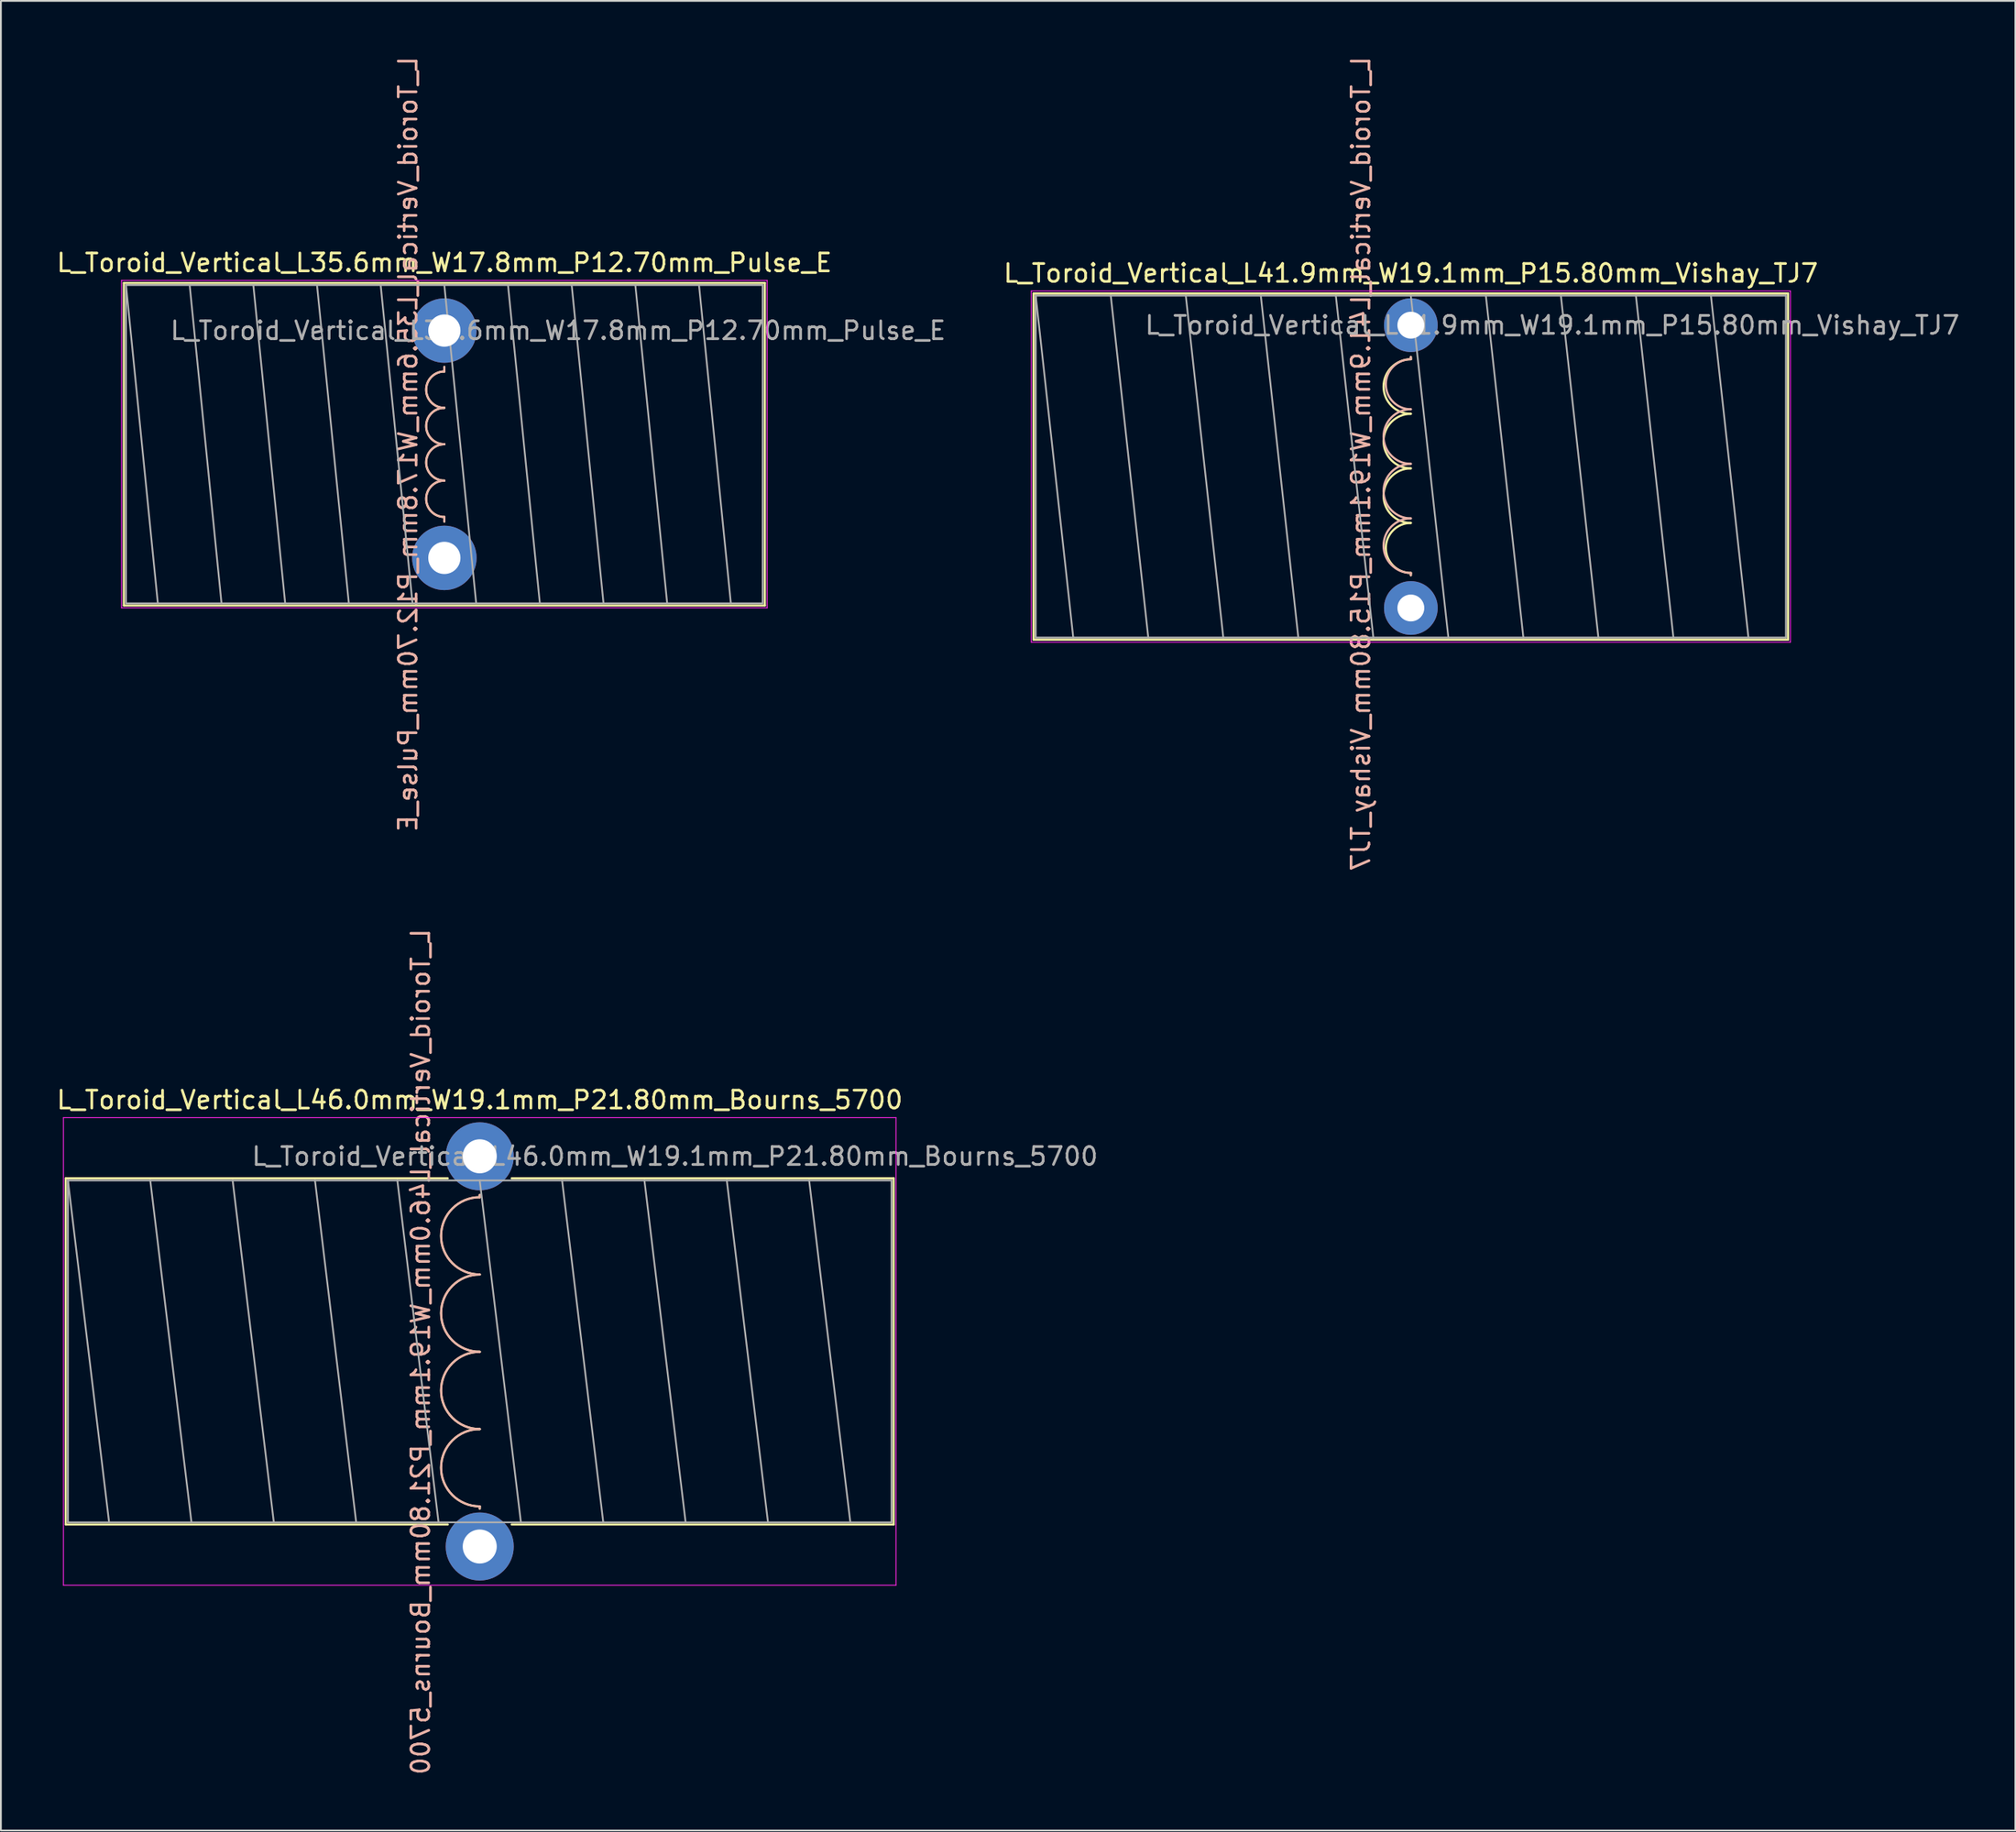
<source format=kicad_pcb>
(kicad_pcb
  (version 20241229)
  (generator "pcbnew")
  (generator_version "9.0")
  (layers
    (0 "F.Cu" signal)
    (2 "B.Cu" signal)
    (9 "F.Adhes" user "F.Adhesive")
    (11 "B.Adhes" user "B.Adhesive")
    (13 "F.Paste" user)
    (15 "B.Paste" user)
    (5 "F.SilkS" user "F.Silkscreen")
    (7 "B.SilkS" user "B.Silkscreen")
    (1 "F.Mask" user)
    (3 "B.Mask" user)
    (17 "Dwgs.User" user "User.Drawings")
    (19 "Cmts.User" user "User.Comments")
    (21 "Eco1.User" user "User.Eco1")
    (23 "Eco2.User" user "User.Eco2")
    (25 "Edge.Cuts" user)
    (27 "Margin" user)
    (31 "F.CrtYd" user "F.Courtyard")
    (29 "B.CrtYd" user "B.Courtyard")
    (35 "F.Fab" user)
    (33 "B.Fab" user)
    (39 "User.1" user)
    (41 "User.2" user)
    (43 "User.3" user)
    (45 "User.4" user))
  (footprint "L_Toroid_Vertical_L35.6mm_W17.8mm_P12.70mm_Pulse_E"
    (layer "F.Cu")
    (at 21.768 15.418)
    (property "Reference" "L_Toroid_Vertical_L35.6mm_W17.8mm_P12.70mm_Pulse_E" (at 0 -3.79 0) (layer "F.SilkS") (effects (font (size 1 1) (thickness 0.15))))
    (fp_line (start -17.9 -2.66) (end -17.9 15.36) (stroke (width 0.12) (type solid)) (layer "F.SilkS"))
    (fp_line (start -17.9 -2.66) (end 17.9 -2.66) (stroke (width 0.12) (type solid)) (layer "F.SilkS"))
    (fp_line (start -17.9 15.36) (end 17.9 15.36) (stroke (width 0.12) (type solid)) (layer "F.SilkS"))
    (fp_line (start 0 2.286) (end 0 2.032) (stroke (width 0.12) (type solid)) (layer "F.SilkS"))
    (fp_line (start 0 10.414) (end 0 10.668) (stroke (width 0.12) (type solid)) (layer "F.SilkS"))
    (fp_line (start 17.9 -2.66) (end 17.9 15.36) (stroke (width 0.12) (type solid)) (layer "F.SilkS"))
    (fp_arc (start 0 4.318) (mid -1.016 3.302) (end 0 2.286) (stroke (width 0.12) (type solid)) (layer "F.SilkS"))
    (fp_arc (start 0 6.35) (mid -1.016 5.334) (end 0 4.318) (stroke (width 0.12) (type solid)) (layer "F.SilkS"))
    (fp_arc (start 0 8.382) (mid -1.016 7.366) (end 0 6.35) (stroke (width 0.12) (type solid)) (layer "F.SilkS"))
    (fp_arc (start 0 10.414) (mid -1.016 9.398) (end 0 8.382) (stroke (width 0.12) (type solid)) (layer "F.SilkS"))
    (fp_line (start 0 2.286) (end 0 2.032) (stroke (width 0.12) (type solid)) (layer "B.SilkS"))
    (fp_line (start 0 10.414) (end 0 10.668) (stroke (width 0.12) (type solid)) (layer "B.SilkS"))
    (fp_arc (start 0 4.318) (mid -1.016 3.302) (end 0 2.286) (stroke (width 0.12) (type solid)) (layer "B.SilkS"))
    (fp_arc (start 0 6.35) (mid -1.016 5.334) (end 0 4.318) (stroke (width 0.12) (type solid)) (layer "B.SilkS"))
    (fp_arc (start 0 8.382) (mid -1.016 7.366) (end 0 6.35) (stroke (width 0.12) (type solid)) (layer "B.SilkS"))
    (fp_arc (start 0 10.414) (mid -1.016 9.398) (end 0 8.382) (stroke (width 0.12) (type solid)) (layer "B.SilkS"))
    (fp_line (start -18.03 -2.8) (end -18.03 15.49) (stroke (width 0.05) (type solid)) (layer "F.CrtYd"))
    (fp_line (start -18.03 15.49) (end 18.03 15.49) (stroke (width 0.05) (type solid)) (layer "F.CrtYd"))
    (fp_line (start 18.03 -2.8) (end -18.03 -2.8) (stroke (width 0.05) (type solid)) (layer "F.CrtYd"))
    (fp_line (start 18.03 15.49) (end 18.03 -2.8) (stroke (width 0.05) (type solid)) (layer "F.CrtYd"))
    (fp_line (start -17.78 -2.54) (end -17.78 15.24) (stroke (width 0.1) (type solid)) (layer "F.Fab"))
    (fp_line (start -17.78 -2.54) (end -16.002 15.24) (stroke (width 0.1) (type solid)) (layer "F.Fab"))
    (fp_line (start -17.78 15.24) (end 17.78 15.24) (stroke (width 0.1) (type solid)) (layer "F.Fab"))
    (fp_line (start -14.224 -2.54) (end -12.446 15.24) (stroke (width 0.1) (type solid)) (layer "F.Fab"))
    (fp_line (start -10.668 -2.54) (end -8.89 15.24) (stroke (width 0.1) (type solid)) (layer "F.Fab"))
    (fp_line (start -7.112 -2.54) (end -5.334 15.24) (stroke (width 0.1) (type solid)) (layer "F.Fab"))
    (fp_line (start -3.556 -2.54) (end -1.778 15.24) (stroke (width 0.1) (type solid)) (layer "F.Fab"))
    (fp_line (start 0 -2.54) (end 1.778 15.24) (stroke (width 0.1) (type solid)) (layer "F.Fab"))
    (fp_line (start 3.556 -2.54) (end 5.334 15.24) (stroke (width 0.1) (type solid)) (layer "F.Fab"))
    (fp_line (start 7.112 -2.54) (end 8.89 15.24) (stroke (width 0.1) (type solid)) (layer "F.Fab"))
    (fp_line (start 10.668 -2.54) (end 12.446 15.24) (stroke (width 0.1) (type solid)) (layer "F.Fab"))
    (fp_line (start 14.224 -2.54) (end 16.002 15.24) (stroke (width 0.1) (type solid)) (layer "F.Fab"))
    (fp_line (start 17.78 -2.54) (end -17.78 -2.54) (stroke (width 0.1) (type solid)) (layer "F.Fab"))
    (fp_line (start 17.78 15.24) (end 17.78 -2.54) (stroke (width 0.1) (type solid)) (layer "F.Fab"))
    (fp_text user "${REFERENCE}" (at -2.032 6.35 90) (layer "B.SilkS") (effects (font (size 1 1) (thickness 0.15)) (justify mirror)))
    (fp_text user "${REFERENCE}" (at 6.35 0 0) (layer "F.Fab") (effects (font (size 1 1) (thickness 0.15))))
    (pad "1" thru_hole circle (at 0 0) (size 3.6 3.6) (drill 1.8) (layers "*.Cu" "*.Mask"))
    (pad "2" thru_hole circle (at 0 12.7) (size 3.6 3.6) (drill 1.8) (layers "*.Cu" "*.Mask")))
  (footprint "L_Toroid_Vertical_L41.9mm_W19.1mm_P15.80mm_Vishay_TJ7"
    (layer "F.Cu")
    (at 75.749 15.116)
    (property "Reference" "L_Toroid_Vertical_L41.9mm_W19.1mm_P15.80mm_Vishay_TJ7" (at 0 -2.9 0) (layer "F.SilkS") (effects (font (size 1 1) (thickness 0.15))))
    (fp_line (start -21.07 -1.77) (end -21.07 17.57) (stroke (width 0.12) (type solid)) (layer "F.SilkS"))
    (fp_line (start -21.07 -1.77) (end 21.07 -1.77) (stroke (width 0.12) (type solid)) (layer "F.SilkS"))
    (fp_line (start -21.07 17.57) (end 21.07 17.57) (stroke (width 0.12) (type solid)) (layer "F.SilkS"))
    (fp_line (start 0 1.905) (end 0 1.778) (stroke (width 0.12) (type solid)) (layer "F.SilkS"))
    (fp_line (start 0 13.843) (end 0 13.97) (stroke (width 0.12) (type solid)) (layer "F.SilkS"))
    (fp_line (start 21.07 -1.77) (end 21.07 17.57) (stroke (width 0.12) (type solid)) (layer "F.SilkS"))
    (fp_arc (start 0 4.953) (mid -1.524 3.429) (end 0 1.905) (stroke (width 0.12) (type solid)) (layer "F.SilkS"))
    (fp_arc (start 0 8.001) (mid -1.524 6.477) (end 0 4.953) (stroke (width 0.12) (type solid)) (layer "F.SilkS"))
    (fp_arc (start 0 11.049) (mid -1.524 9.525) (end 0 8.001) (stroke (width 0.12) (type solid)) (layer "F.SilkS"))
    (fp_arc (start 0 13.843) (mid -1.397 12.446) (end 0 11.049) (stroke (width 0.12) (type solid)) (layer "F.SilkS"))
    (fp_line (start 0 1.905) (end 0 1.778) (stroke (width 0.12) (type solid)) (layer "B.SilkS"))
    (fp_line (start 0 13.843) (end 0 13.97) (stroke (width 0.12) (type solid)) (layer "B.SilkS"))
    (fp_arc (start 0 4.699) (mid -1.397 3.302) (end 0 1.905) (stroke (width 0.12) (type solid)) (layer "B.SilkS"))
    (fp_arc (start 0 7.747) (mid -1.524 6.223) (end 0 4.699) (stroke (width 0.12) (type solid)) (layer "B.SilkS"))
    (fp_arc (start 0 10.795) (mid -1.524 9.271) (end 0 7.747) (stroke (width 0.12) (type solid)) (layer "B.SilkS"))
    (fp_arc (start 0 13.843) (mid -1.524 12.319) (end 0 10.795) (stroke (width 0.12) (type solid)) (layer "B.SilkS"))
    (fp_line (start -21.2 -1.91) (end -21.2 17.71) (stroke (width 0.05) (type solid)) (layer "F.CrtYd"))
    (fp_line (start -21.2 17.71) (end 21.2 17.71) (stroke (width 0.05) (type solid)) (layer "F.CrtYd"))
    (fp_line (start 21.2 -1.91) (end -21.2 -1.91) (stroke (width 0.05) (type solid)) (layer "F.CrtYd"))
    (fp_line (start 21.2 17.71) (end 21.2 -1.91) (stroke (width 0.05) (type solid)) (layer "F.CrtYd"))
    (fp_line (start -20.95 -1.65) (end -20.95 17.45) (stroke (width 0.1) (type solid)) (layer "F.Fab"))
    (fp_line (start -20.95 -1.65) (end -18.855 17.45) (stroke (width 0.1) (type solid)) (layer "F.Fab"))
    (fp_line (start -20.95 17.45) (end 20.95 17.45) (stroke (width 0.1) (type solid)) (layer "F.Fab"))
    (fp_line (start -16.76 -1.65) (end -14.665 17.45) (stroke (width 0.1) (type solid)) (layer "F.Fab"))
    (fp_line (start -12.57 -1.65) (end -10.475 17.45) (stroke (width 0.1) (type solid)) (layer "F.Fab"))
    (fp_line (start -8.38 -1.65) (end -6.285 17.45) (stroke (width 0.1) (type solid)) (layer "F.Fab"))
    (fp_line (start -4.19 -1.65) (end -2.095 17.45) (stroke (width 0.1) (type solid)) (layer "F.Fab"))
    (fp_line (start 0 -1.65) (end 2.095 17.45) (stroke (width 0.1) (type solid)) (layer "F.Fab"))
    (fp_line (start 4.19 -1.65) (end 6.285 17.45) (stroke (width 0.1) (type solid)) (layer "F.Fab"))
    (fp_line (start 8.38 -1.65) (end 10.475 17.45) (stroke (width 0.1) (type solid)) (layer "F.Fab"))
    (fp_line (start 12.57 -1.65) (end 14.665 17.45) (stroke (width 0.1) (type solid)) (layer "F.Fab"))
    (fp_line (start 16.76 -1.65) (end 18.855 17.45) (stroke (width 0.1) (type solid)) (layer "F.Fab"))
    (fp_line (start 20.95 -1.65) (end -20.95 -1.65) (stroke (width 0.1) (type solid)) (layer "F.Fab"))
    (fp_line (start 20.95 17.45) (end 20.95 -1.65) (stroke (width 0.1) (type solid)) (layer "F.Fab"))
    (fp_text user "${REFERENCE}" (at -2.794 7.747 90) (layer "B.SilkS") (effects (font (size 1 1) (thickness 0.15)) (justify mirror)))
    (fp_text user "${REFERENCE}" (at 7.9 0 0) (layer "F.Fab") (effects (font (size 1 1) (thickness 0.15))))
    (pad "1" thru_hole circle (at 0 0) (size 3 3) (drill 1.5) (layers "*.Cu" "*.Mask"))
    (pad "2" thru_hole circle (at 0 15.8) (size 3 3) (drill 1.5) (layers "*.Cu" "*.Mask")))
  (footprint "L_Toroid_Vertical_L46.0mm_W19.1mm_P21.80mm_Bourns_5700"
    (layer "F.Cu")
    (at 23.744 61.548)
    (property "Reference" "L_Toroid_Vertical_L46.0mm_W19.1mm_P21.80mm_Bourns_5700" (at 0 -3.15 0) (layer "F.SilkS") (effects (font (size 1 1) (thickness 0.15))))
    (fp_line (start -23.12 1.23) (end -23.12 20.57) (stroke (width 0.12) (type solid)) (layer "F.SilkS"))
    (fp_line (start -23.12 1.23) (end -1.785 1.23) (stroke (width 0.12) (type solid)) (layer "F.SilkS"))
    (fp_line (start -23.12 20.57) (end -1.785 20.57) (stroke (width 0.12) (type solid)) (layer "F.SilkS"))
    (fp_line (start 0 2.286) (end 0 2.159) (stroke (width 0.12) (type solid)) (layer "F.SilkS"))
    (fp_line (start 0 19.558) (end 0 19.685) (stroke (width 0.12) (type solid)) (layer "F.SilkS"))
    (fp_line (start 1.785 1.23) (end 23.12 1.23) (stroke (width 0.12) (type solid)) (layer "F.SilkS"))
    (fp_line (start 1.785 20.57) (end 23.12 20.57) (stroke (width 0.12) (type solid)) (layer "F.SilkS"))
    (fp_line (start 23.12 1.23) (end 23.12 20.57) (stroke (width 0.12) (type solid)) (layer "F.SilkS"))
    (fp_arc (start 0 6.604) (mid -2.159 4.445) (end 0 2.286) (stroke (width 0.12) (type solid)) (layer "F.SilkS"))
    (fp_arc (start 0 10.922) (mid -2.159 8.763) (end 0 6.604) (stroke (width 0.12) (type solid)) (layer "F.SilkS"))
    (fp_arc (start 0 15.24) (mid -2.159 13.081) (end 0 10.922) (stroke (width 0.12) (type solid)) (layer "F.SilkS"))
    (fp_arc (start 0 19.558) (mid -2.159 17.399) (end 0 15.24) (stroke (width 0.12) (type solid)) (layer "F.SilkS"))
    (fp_line (start 0 2.286) (end 0 2.159) (stroke (width 0.12) (type solid)) (layer "B.SilkS"))
    (fp_line (start 0 19.558) (end 0 19.685) (stroke (width 0.12) (type solid)) (layer "B.SilkS"))
    (fp_arc (start 0 6.604) (mid -2.159 4.445) (end 0 2.286) (stroke (width 0.12) (type solid)) (layer "B.SilkS"))
    (fp_arc (start 0 10.922) (mid -2.159 8.763) (end 0 6.604) (stroke (width 0.12) (type solid)) (layer "B.SilkS"))
    (fp_arc (start 0 15.24) (mid -2.159 13.081) (end 0 10.922) (stroke (width 0.12) (type solid)) (layer "B.SilkS"))
    (fp_arc (start 0 19.558) (mid -2.159 17.399) (end 0 15.24) (stroke (width 0.12) (type solid)) (layer "B.SilkS"))
    (fp_line (start -23.25 -2.16) (end -23.25 23.96) (stroke (width 0.05) (type solid)) (layer "F.CrtYd"))
    (fp_line (start -23.25 23.96) (end 23.25 23.96) (stroke (width 0.05) (type solid)) (layer "F.CrtYd"))
    (fp_line (start 23.25 -2.16) (end -23.25 -2.16) (stroke (width 0.05) (type solid)) (layer "F.CrtYd"))
    (fp_line (start 23.25 23.96) (end 23.25 -2.16) (stroke (width 0.05) (type solid)) (layer "F.CrtYd"))
    (fp_line (start -23 1.35) (end -23 20.45) (stroke (width 0.1) (type solid)) (layer "F.Fab"))
    (fp_line (start -23 1.35) (end -20.7 20.45) (stroke (width 0.1) (type solid)) (layer "F.Fab"))
    (fp_line (start -23 20.45) (end 23 20.45) (stroke (width 0.1) (type solid)) (layer "F.Fab"))
    (fp_line (start -18.4 1.35) (end -16.1 20.45) (stroke (width 0.1) (type solid)) (layer "F.Fab"))
    (fp_line (start -13.8 1.35) (end -11.5 20.45) (stroke (width 0.1) (type solid)) (layer "F.Fab"))
    (fp_line (start -9.2 1.35) (end -6.9 20.45) (stroke (width 0.1) (type solid)) (layer "F.Fab"))
    (fp_line (start -4.6 1.35) (end -2.3 20.45) (stroke (width 0.1) (type solid)) (layer "F.Fab"))
    (fp_line (start 0 1.35) (end 2.3 20.45) (stroke (width 0.1) (type solid)) (layer "F.Fab"))
    (fp_line (start 4.6 1.35) (end 6.9 20.45) (stroke (width 0.1) (type solid)) (layer "F.Fab"))
    (fp_line (start 9.2 1.35) (end 11.5 20.45) (stroke (width 0.1) (type solid)) (layer "F.Fab"))
    (fp_line (start 13.8 1.35) (end 16.1 20.45) (stroke (width 0.1) (type solid)) (layer "F.Fab"))
    (fp_line (start 18.4 1.35) (end 20.7 20.45) (stroke (width 0.1) (type solid)) (layer "F.Fab"))
    (fp_line (start 23 1.35) (end -23 1.35) (stroke (width 0.1) (type solid)) (layer "F.Fab"))
    (fp_line (start 23 20.45) (end 23 1.35) (stroke (width 0.1) (type solid)) (layer "F.Fab"))
    (fp_text user "${REFERENCE}" (at -3.302 10.922 90) (layer "B.SilkS") (effects (font (size 1 1) (thickness 0.15)) (justify mirror)))
    (fp_text user "${REFERENCE}" (at 10.9 0 0) (layer "F.Fab") (effects (font (size 1 1) (thickness 0.15))))
    (pad "1" thru_hole circle (at 0 0) (size 3.8 3.8) (drill 1.9) (layers "*.Cu" "*.Mask"))
    (pad "2" thru_hole circle (at 0 21.8) (size 3.8 3.8) (drill 1.9) (layers "*.Cu" "*.Mask")))
  (gr_rect
    (start -3 -3)
    (end 109.512 99.214)
    (stroke (width 0.1) (type default))
    (fill no)
    (layer "Edge.Cuts")))
</source>
